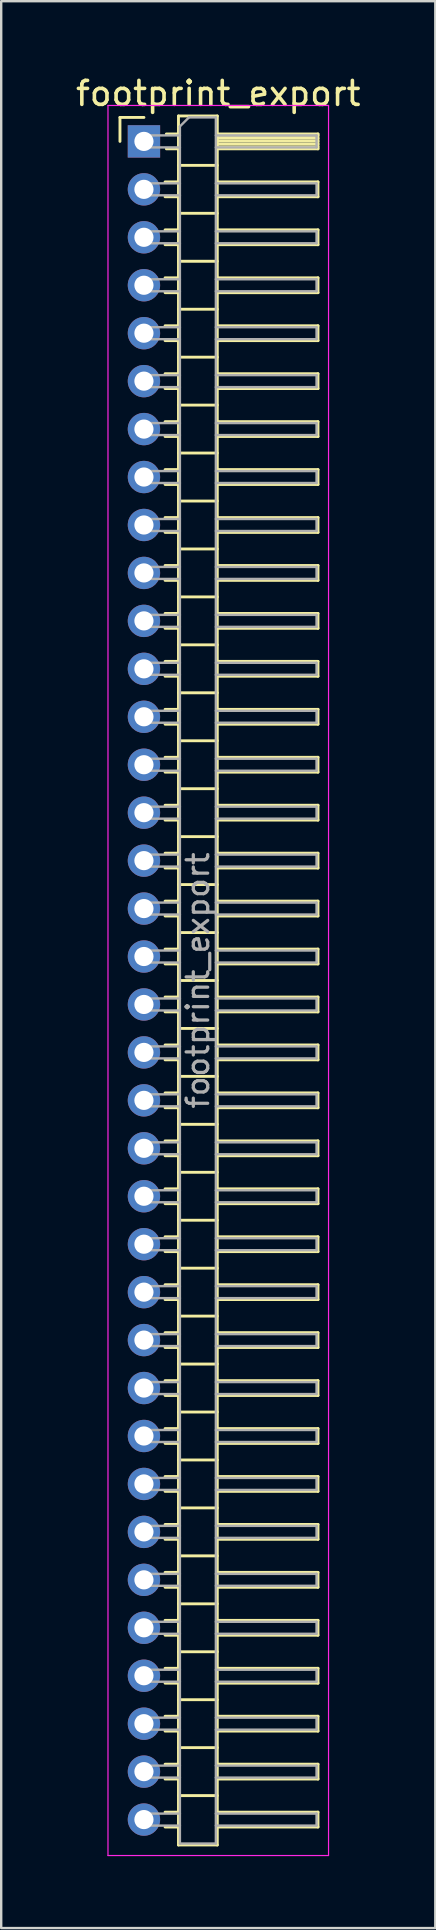
<source format=kicad_pcb>
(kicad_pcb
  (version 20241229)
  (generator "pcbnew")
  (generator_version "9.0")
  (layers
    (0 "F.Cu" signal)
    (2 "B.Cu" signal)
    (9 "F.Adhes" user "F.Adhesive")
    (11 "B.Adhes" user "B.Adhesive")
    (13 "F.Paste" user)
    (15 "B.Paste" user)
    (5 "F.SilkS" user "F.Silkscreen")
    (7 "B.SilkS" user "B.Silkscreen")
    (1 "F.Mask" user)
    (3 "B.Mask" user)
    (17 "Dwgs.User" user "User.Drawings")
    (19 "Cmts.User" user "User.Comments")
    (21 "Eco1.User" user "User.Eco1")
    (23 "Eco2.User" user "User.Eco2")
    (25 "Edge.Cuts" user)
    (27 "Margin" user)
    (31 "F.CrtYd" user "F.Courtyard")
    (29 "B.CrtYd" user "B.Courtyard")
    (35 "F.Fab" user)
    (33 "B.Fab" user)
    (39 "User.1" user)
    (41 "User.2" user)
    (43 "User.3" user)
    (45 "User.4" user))
  (footprint "footprint_export"
    (layer "F.Cu")
    (at 2.954 2.848)
    (property "Reference" "footprint_export" (at 3.1 -2 0) (layer "F.SilkS") (effects (font (size 1 1) (thickness 0.15))))
    (attr through_hole)
    (fp_line (start -1 -1) (end 0 -1) (stroke (width 0.12) (type solid)) (layer "F.SilkS"))
    (fp_line (start -1 0) (end -1 -1) (stroke (width 0.12) (type solid)) (layer "F.SilkS"))
    (fp_line (start 0.882 1.69) (end 1.44 1.69) (stroke (width 0.12) (type solid)) (layer "F.SilkS"))
    (fp_line (start 0.882 2.31) (end 1.44 2.31) (stroke (width 0.12) (type solid)) (layer "F.SilkS"))
    (fp_line (start 0.882 3.69) (end 1.44 3.69) (stroke (width 0.12) (type solid)) (layer "F.SilkS"))
    (fp_line (start 0.882 4.31) (end 1.44 4.31) (stroke (width 0.12) (type solid)) (layer "F.SilkS"))
    (fp_line (start 0.882 5.69) (end 1.44 5.69) (stroke (width 0.12) (type solid)) (layer "F.SilkS"))
    (fp_line (start 0.882 6.31) (end 1.44 6.31) (stroke (width 0.12) (type solid)) (layer "F.SilkS"))
    (fp_line (start 0.882 7.69) (end 1.44 7.69) (stroke (width 0.12) (type solid)) (layer "F.SilkS"))
    (fp_line (start 0.882 8.31) (end 1.44 8.31) (stroke (width 0.12) (type solid)) (layer "F.SilkS"))
    (fp_line (start 0.882 9.69) (end 1.44 9.69) (stroke (width 0.12) (type solid)) (layer "F.SilkS"))
    (fp_line (start 0.882 10.31) (end 1.44 10.31) (stroke (width 0.12) (type solid)) (layer "F.SilkS"))
    (fp_line (start 0.882 11.69) (end 1.44 11.69) (stroke (width 0.12) (type solid)) (layer "F.SilkS"))
    (fp_line (start 0.882 12.31) (end 1.44 12.31) (stroke (width 0.12) (type solid)) (layer "F.SilkS"))
    (fp_line (start 0.882 13.69) (end 1.44 13.69) (stroke (width 0.12) (type solid)) (layer "F.SilkS"))
    (fp_line (start 0.882 14.31) (end 1.44 14.31) (stroke (width 0.12) (type solid)) (layer "F.SilkS"))
    (fp_line (start 0.882 15.69) (end 1.44 15.69) (stroke (width 0.12) (type solid)) (layer "F.SilkS"))
    (fp_line (start 0.882 16.31) (end 1.44 16.31) (stroke (width 0.12) (type solid)) (layer "F.SilkS"))
    (fp_line (start 0.882 17.69) (end 1.44 17.69) (stroke (width 0.12) (type solid)) (layer "F.SilkS"))
    (fp_line (start 0.882 18.31) (end 1.44 18.31) (stroke (width 0.12) (type solid)) (layer "F.SilkS"))
    (fp_line (start 0.882 19.69) (end 1.44 19.69) (stroke (width 0.12) (type solid)) (layer "F.SilkS"))
    (fp_line (start 0.882 20.31) (end 1.44 20.31) (stroke (width 0.12) (type solid)) (layer "F.SilkS"))
    (fp_line (start 0.882 21.69) (end 1.44 21.69) (stroke (width 0.12) (type solid)) (layer "F.SilkS"))
    (fp_line (start 0.882 22.31) (end 1.44 22.31) (stroke (width 0.12) (type solid)) (layer "F.SilkS"))
    (fp_line (start 0.882 23.69) (end 1.44 23.69) (stroke (width 0.12) (type solid)) (layer "F.SilkS"))
    (fp_line (start 0.882 24.31) (end 1.44 24.31) (stroke (width 0.12) (type solid)) (layer "F.SilkS"))
    (fp_line (start 0.882 25.69) (end 1.44 25.69) (stroke (width 0.12) (type solid)) (layer "F.SilkS"))
    (fp_line (start 0.882 26.31) (end 1.44 26.31) (stroke (width 0.12) (type solid)) (layer "F.SilkS"))
    (fp_line (start 0.882 27.69) (end 1.44 27.69) (stroke (width 0.12) (type solid)) (layer "F.SilkS"))
    (fp_line (start 0.882 28.31) (end 1.44 28.31) (stroke (width 0.12) (type solid)) (layer "F.SilkS"))
    (fp_line (start 0.882 29.69) (end 1.44 29.69) (stroke (width 0.12) (type solid)) (layer "F.SilkS"))
    (fp_line (start 0.882 30.31) (end 1.44 30.31) (stroke (width 0.12) (type solid)) (layer "F.SilkS"))
    (fp_line (start 0.882 31.69) (end 1.44 31.69) (stroke (width 0.12) (type solid)) (layer "F.SilkS"))
    (fp_line (start 0.882 32.31) (end 1.44 32.31) (stroke (width 0.12) (type solid)) (layer "F.SilkS"))
    (fp_line (start 0.882 33.69) (end 1.44 33.69) (stroke (width 0.12) (type solid)) (layer "F.SilkS"))
    (fp_line (start 0.882 34.31) (end 1.44 34.31) (stroke (width 0.12) (type solid)) (layer "F.SilkS"))
    (fp_line (start 0.882 35.69) (end 1.44 35.69) (stroke (width 0.12) (type solid)) (layer "F.SilkS"))
    (fp_line (start 0.882 36.31) (end 1.44 36.31) (stroke (width 0.12) (type solid)) (layer "F.SilkS"))
    (fp_line (start 0.882 37.69) (end 1.44 37.69) (stroke (width 0.12) (type solid)) (layer "F.SilkS"))
    (fp_line (start 0.882 38.31) (end 1.44 38.31) (stroke (width 0.12) (type solid)) (layer "F.SilkS"))
    (fp_line (start 0.882 39.69) (end 1.44 39.69) (stroke (width 0.12) (type solid)) (layer "F.SilkS"))
    (fp_line (start 0.882 40.31) (end 1.44 40.31) (stroke (width 0.12) (type solid)) (layer "F.SilkS"))
    (fp_line (start 0.882 41.69) (end 1.44 41.69) (stroke (width 0.12) (type solid)) (layer "F.SilkS"))
    (fp_line (start 0.882 42.31) (end 1.44 42.31) (stroke (width 0.12) (type solid)) (layer "F.SilkS"))
    (fp_line (start 0.882 43.69) (end 1.44 43.69) (stroke (width 0.12) (type solid)) (layer "F.SilkS"))
    (fp_line (start 0.882 44.31) (end 1.44 44.31) (stroke (width 0.12) (type solid)) (layer "F.SilkS"))
    (fp_line (start 0.882 45.69) (end 1.44 45.69) (stroke (width 0.12) (type solid)) (layer "F.SilkS"))
    (fp_line (start 0.882 46.31) (end 1.44 46.31) (stroke (width 0.12) (type solid)) (layer "F.SilkS"))
    (fp_line (start 0.882 47.69) (end 1.44 47.69) (stroke (width 0.12) (type solid)) (layer "F.SilkS"))
    (fp_line (start 0.882 48.31) (end 1.44 48.31) (stroke (width 0.12) (type solid)) (layer "F.SilkS"))
    (fp_line (start 0.882 49.69) (end 1.44 49.69) (stroke (width 0.12) (type solid)) (layer "F.SilkS"))
    (fp_line (start 0.882 50.31) (end 1.44 50.31) (stroke (width 0.12) (type solid)) (layer "F.SilkS"))
    (fp_line (start 0.882 51.69) (end 1.44 51.69) (stroke (width 0.12) (type solid)) (layer "F.SilkS"))
    (fp_line (start 0.882 52.31) (end 1.44 52.31) (stroke (width 0.12) (type solid)) (layer "F.SilkS"))
    (fp_line (start 0.882 53.69) (end 1.44 53.69) (stroke (width 0.12) (type solid)) (layer "F.SilkS"))
    (fp_line (start 0.882 54.31) (end 1.44 54.31) (stroke (width 0.12) (type solid)) (layer "F.SilkS"))
    (fp_line (start 0.882 55.69) (end 1.44 55.69) (stroke (width 0.12) (type solid)) (layer "F.SilkS"))
    (fp_line (start 0.882 56.31) (end 1.44 56.31) (stroke (width 0.12) (type solid)) (layer "F.SilkS"))
    (fp_line (start 0.882 57.69) (end 1.44 57.69) (stroke (width 0.12) (type solid)) (layer "F.SilkS"))
    (fp_line (start 0.882 58.31) (end 1.44 58.31) (stroke (width 0.12) (type solid)) (layer "F.SilkS"))
    (fp_line (start 0.882 59.69) (end 1.44 59.69) (stroke (width 0.12) (type solid)) (layer "F.SilkS"))
    (fp_line (start 0.882 60.31) (end 1.44 60.31) (stroke (width 0.12) (type solid)) (layer "F.SilkS"))
    (fp_line (start 0.882 61.69) (end 1.44 61.69) (stroke (width 0.12) (type solid)) (layer "F.SilkS"))
    (fp_line (start 0.882 62.31) (end 1.44 62.31) (stroke (width 0.12) (type solid)) (layer "F.SilkS"))
    (fp_line (start 0.882 63.69) (end 1.44 63.69) (stroke (width 0.12) (type solid)) (layer "F.SilkS"))
    (fp_line (start 0.882 64.31) (end 1.44 64.31) (stroke (width 0.12) (type solid)) (layer "F.SilkS"))
    (fp_line (start 0.882 65.69) (end 1.44 65.69) (stroke (width 0.12) (type solid)) (layer "F.SilkS"))
    (fp_line (start 0.882 66.31) (end 1.44 66.31) (stroke (width 0.12) (type solid)) (layer "F.SilkS"))
    (fp_line (start 0.882 67.69) (end 1.44 67.69) (stroke (width 0.12) (type solid)) (layer "F.SilkS"))
    (fp_line (start 0.882 68.31) (end 1.44 68.31) (stroke (width 0.12) (type solid)) (layer "F.SilkS"))
    (fp_line (start 0.882 69.69) (end 1.44 69.69) (stroke (width 0.12) (type solid)) (layer "F.SilkS"))
    (fp_line (start 0.882 70.31) (end 1.44 70.31) (stroke (width 0.12) (type solid)) (layer "F.SilkS"))
    (fp_line (start 0.935 -0.31) (end 1.44 -0.31) (stroke (width 0.12) (type solid)) (layer "F.SilkS"))
    (fp_line (start 0.935 0.31) (end 1.44 0.31) (stroke (width 0.12) (type solid)) (layer "F.SilkS"))
    (fp_line (start 1.44 -1.06) (end 1.44 71.06) (stroke (width 0.12) (type solid)) (layer "F.SilkS"))
    (fp_line (start 1.44 1) (end 3.06 1) (stroke (width 0.12) (type solid)) (layer "F.SilkS"))
    (fp_line (start 1.44 3) (end 3.06 3) (stroke (width 0.12) (type solid)) (layer "F.SilkS"))
    (fp_line (start 1.44 5) (end 3.06 5) (stroke (width 0.12) (type solid)) (layer "F.SilkS"))
    (fp_line (start 1.44 7) (end 3.06 7) (stroke (width 0.12) (type solid)) (layer "F.SilkS"))
    (fp_line (start 1.44 9) (end 3.06 9) (stroke (width 0.12) (type solid)) (layer "F.SilkS"))
    (fp_line (start 1.44 11) (end 3.06 11) (stroke (width 0.12) (type solid)) (layer "F.SilkS"))
    (fp_line (start 1.44 13) (end 3.06 13) (stroke (width 0.12) (type solid)) (layer "F.SilkS"))
    (fp_line (start 1.44 15) (end 3.06 15) (stroke (width 0.12) (type solid)) (layer "F.SilkS"))
    (fp_line (start 1.44 17) (end 3.06 17) (stroke (width 0.12) (type solid)) (layer "F.SilkS"))
    (fp_line (start 1.44 19) (end 3.06 19) (stroke (width 0.12) (type solid)) (layer "F.SilkS"))
    (fp_line (start 1.44 21) (end 3.06 21) (stroke (width 0.12) (type solid)) (layer "F.SilkS"))
    (fp_line (start 1.44 23) (end 3.06 23) (stroke (width 0.12) (type solid)) (layer "F.SilkS"))
    (fp_line (start 1.44 25) (end 3.06 25) (stroke (width 0.12) (type solid)) (layer "F.SilkS"))
    (fp_line (start 1.44 27) (end 3.06 27) (stroke (width 0.12) (type solid)) (layer "F.SilkS"))
    (fp_line (start 1.44 29) (end 3.06 29) (stroke (width 0.12) (type solid)) (layer "F.SilkS"))
    (fp_line (start 1.44 31) (end 3.06 31) (stroke (width 0.12) (type solid)) (layer "F.SilkS"))
    (fp_line (start 1.44 33) (end 3.06 33) (stroke (width 0.12) (type solid)) (layer "F.SilkS"))
    (fp_line (start 1.44 35) (end 3.06 35) (stroke (width 0.12) (type solid)) (layer "F.SilkS"))
    (fp_line (start 1.44 37) (end 3.06 37) (stroke (width 0.12) (type solid)) (layer "F.SilkS"))
    (fp_line (start 1.44 39) (end 3.06 39) (stroke (width 0.12) (type solid)) (layer "F.SilkS"))
    (fp_line (start 1.44 41) (end 3.06 41) (stroke (width 0.12) (type solid)) (layer "F.SilkS"))
    (fp_line (start 1.44 43) (end 3.06 43) (stroke (width 0.12) (type solid)) (layer "F.SilkS"))
    (fp_line (start 1.44 45) (end 3.06 45) (stroke (width 0.12) (type solid)) (layer "F.SilkS"))
    (fp_line (start 1.44 47) (end 3.06 47) (stroke (width 0.12) (type solid)) (layer "F.SilkS"))
    (fp_line (start 1.44 49) (end 3.06 49) (stroke (width 0.12) (type solid)) (layer "F.SilkS"))
    (fp_line (start 1.44 51) (end 3.06 51) (stroke (width 0.12) (type solid)) (layer "F.SilkS"))
    (fp_line (start 1.44 53) (end 3.06 53) (stroke (width 0.12) (type solid)) (layer "F.SilkS"))
    (fp_line (start 1.44 55) (end 3.06 55) (stroke (width 0.12) (type solid)) (layer "F.SilkS"))
    (fp_line (start 1.44 57) (end 3.06 57) (stroke (width 0.12) (type solid)) (layer "F.SilkS"))
    (fp_line (start 1.44 59) (end 3.06 59) (stroke (width 0.12) (type solid)) (layer "F.SilkS"))
    (fp_line (start 1.44 61) (end 3.06 61) (stroke (width 0.12) (type solid)) (layer "F.SilkS"))
    (fp_line (start 1.44 63) (end 3.06 63) (stroke (width 0.12) (type solid)) (layer "F.SilkS"))
    (fp_line (start 1.44 65) (end 3.06 65) (stroke (width 0.12) (type solid)) (layer "F.SilkS"))
    (fp_line (start 1.44 67) (end 3.06 67) (stroke (width 0.12) (type solid)) (layer "F.SilkS"))
    (fp_line (start 1.44 69) (end 3.06 69) (stroke (width 0.12) (type solid)) (layer "F.SilkS"))
    (fp_line (start 1.44 71.06) (end 3.06 71.06) (stroke (width 0.12) (type solid)) (layer "F.SilkS"))
    (fp_line (start 3.06 -1.06) (end 1.44 -1.06) (stroke (width 0.12) (type solid)) (layer "F.SilkS"))
    (fp_line (start 3.06 -0.31) (end 7.26 -0.31) (stroke (width 0.12) (type solid)) (layer "F.SilkS"))
    (fp_line (start 3.06 -0.25) (end 7.26 -0.25) (stroke (width 0.12) (type solid)) (layer "F.SilkS"))
    (fp_line (start 3.06 -0.13) (end 7.26 -0.13) (stroke (width 0.12) (type solid)) (layer "F.SilkS"))
    (fp_line (start 3.06 -0.01) (end 7.26 -0.01) (stroke (width 0.12) (type solid)) (layer "F.SilkS"))
    (fp_line (start 3.06 0.11) (end 7.26 0.11) (stroke (width 0.12) (type solid)) (layer "F.SilkS"))
    (fp_line (start 3.06 0.23) (end 7.26 0.23) (stroke (width 0.12) (type solid)) (layer "F.SilkS"))
    (fp_line (start 3.06 1.69) (end 7.26 1.69) (stroke (width 0.12) (type solid)) (layer "F.SilkS"))
    (fp_line (start 3.06 3.69) (end 7.26 3.69) (stroke (width 0.12) (type solid)) (layer "F.SilkS"))
    (fp_line (start 3.06 5.69) (end 7.26 5.69) (stroke (width 0.12) (type solid)) (layer "F.SilkS"))
    (fp_line (start 3.06 7.69) (end 7.26 7.69) (stroke (width 0.12) (type solid)) (layer "F.SilkS"))
    (fp_line (start 3.06 9.69) (end 7.26 9.69) (stroke (width 0.12) (type solid)) (layer "F.SilkS"))
    (fp_line (start 3.06 11.69) (end 7.26 11.69) (stroke (width 0.12) (type solid)) (layer "F.SilkS"))
    (fp_line (start 3.06 13.69) (end 7.26 13.69) (stroke (width 0.12) (type solid)) (layer "F.SilkS"))
    (fp_line (start 3.06 15.69) (end 7.26 15.69) (stroke (width 0.12) (type solid)) (layer "F.SilkS"))
    (fp_line (start 3.06 17.69) (end 7.26 17.69) (stroke (width 0.12) (type solid)) (layer "F.SilkS"))
    (fp_line (start 3.06 19.69) (end 7.26 19.69) (stroke (width 0.12) (type solid)) (layer "F.SilkS"))
    (fp_line (start 3.06 21.69) (end 7.26 21.69) (stroke (width 0.12) (type solid)) (layer "F.SilkS"))
    (fp_line (start 3.06 23.69) (end 7.26 23.69) (stroke (width 0.12) (type solid)) (layer "F.SilkS"))
    (fp_line (start 3.06 25.69) (end 7.26 25.69) (stroke (width 0.12) (type solid)) (layer "F.SilkS"))
    (fp_line (start 3.06 27.69) (end 7.26 27.69) (stroke (width 0.12) (type solid)) (layer "F.SilkS"))
    (fp_line (start 3.06 29.69) (end 7.26 29.69) (stroke (width 0.12) (type solid)) (layer "F.SilkS"))
    (fp_line (start 3.06 31.69) (end 7.26 31.69) (stroke (width 0.12) (type solid)) (layer "F.SilkS"))
    (fp_line (start 3.06 33.69) (end 7.26 33.69) (stroke (width 0.12) (type solid)) (layer "F.SilkS"))
    (fp_line (start 3.06 35.69) (end 7.26 35.69) (stroke (width 0.12) (type solid)) (layer "F.SilkS"))
    (fp_line (start 3.06 37.69) (end 7.26 37.69) (stroke (width 0.12) (type solid)) (layer "F.SilkS"))
    (fp_line (start 3.06 39.69) (end 7.26 39.69) (stroke (width 0.12) (type solid)) (layer "F.SilkS"))
    (fp_line (start 3.06 41.69) (end 7.26 41.69) (stroke (width 0.12) (type solid)) (layer "F.SilkS"))
    (fp_line (start 3.06 43.69) (end 7.26 43.69) (stroke (width 0.12) (type solid)) (layer "F.SilkS"))
    (fp_line (start 3.06 45.69) (end 7.26 45.69) (stroke (width 0.12) (type solid)) (layer "F.SilkS"))
    (fp_line (start 3.06 47.69) (end 7.26 47.69) (stroke (width 0.12) (type solid)) (layer "F.SilkS"))
    (fp_line (start 3.06 49.69) (end 7.26 49.69) (stroke (width 0.12) (type solid)) (layer "F.SilkS"))
    (fp_line (start 3.06 51.69) (end 7.26 51.69) (stroke (width 0.12) (type solid)) (layer "F.SilkS"))
    (fp_line (start 3.06 53.69) (end 7.26 53.69) (stroke (width 0.12) (type solid)) (layer "F.SilkS"))
    (fp_line (start 3.06 55.69) (end 7.26 55.69) (stroke (width 0.12) (type solid)) (layer "F.SilkS"))
    (fp_line (start 3.06 57.69) (end 7.26 57.69) (stroke (width 0.12) (type solid)) (layer "F.SilkS"))
    (fp_line (start 3.06 59.69) (end 7.26 59.69) (stroke (width 0.12) (type solid)) (layer "F.SilkS"))
    (fp_line (start 3.06 61.69) (end 7.26 61.69) (stroke (width 0.12) (type solid)) (layer "F.SilkS"))
    (fp_line (start 3.06 63.69) (end 7.26 63.69) (stroke (width 0.12) (type solid)) (layer "F.SilkS"))
    (fp_line (start 3.06 65.69) (end 7.26 65.69) (stroke (width 0.12) (type solid)) (layer "F.SilkS"))
    (fp_line (start 3.06 67.69) (end 7.26 67.69) (stroke (width 0.12) (type solid)) (layer "F.SilkS"))
    (fp_line (start 3.06 69.69) (end 7.26 69.69) (stroke (width 0.12) (type solid)) (layer "F.SilkS"))
    (fp_line (start 3.06 71.06) (end 3.06 -1.06) (stroke (width 0.12) (type solid)) (layer "F.SilkS"))
    (fp_line (start 7.26 -0.31) (end 7.26 0.31) (stroke (width 0.12) (type solid)) (layer "F.SilkS"))
    (fp_line (start 7.26 0.31) (end 3.06 0.31) (stroke (width 0.12) (type solid)) (layer "F.SilkS"))
    (fp_line (start 7.26 1.69) (end 7.26 2.31) (stroke (width 0.12) (type solid)) (layer "F.SilkS"))
    (fp_line (start 7.26 2.31) (end 3.06 2.31) (stroke (width 0.12) (type solid)) (layer "F.SilkS"))
    (fp_line (start 7.26 3.69) (end 7.26 4.31) (stroke (width 0.12) (type solid)) (layer "F.SilkS"))
    (fp_line (start 7.26 4.31) (end 3.06 4.31) (stroke (width 0.12) (type solid)) (layer "F.SilkS"))
    (fp_line (start 7.26 5.69) (end 7.26 6.31) (stroke (width 0.12) (type solid)) (layer "F.SilkS"))
    (fp_line (start 7.26 6.31) (end 3.06 6.31) (stroke (width 0.12) (type solid)) (layer "F.SilkS"))
    (fp_line (start 7.26 7.69) (end 7.26 8.31) (stroke (width 0.12) (type solid)) (layer "F.SilkS"))
    (fp_line (start 7.26 8.31) (end 3.06 8.31) (stroke (width 0.12) (type solid)) (layer "F.SilkS"))
    (fp_line (start 7.26 9.69) (end 7.26 10.31) (stroke (width 0.12) (type solid)) (layer "F.SilkS"))
    (fp_line (start 7.26 10.31) (end 3.06 10.31) (stroke (width 0.12) (type solid)) (layer "F.SilkS"))
    (fp_line (start 7.26 11.69) (end 7.26 12.31) (stroke (width 0.12) (type solid)) (layer "F.SilkS"))
    (fp_line (start 7.26 12.31) (end 3.06 12.31) (stroke (width 0.12) (type solid)) (layer "F.SilkS"))
    (fp_line (start 7.26 13.69) (end 7.26 14.31) (stroke (width 0.12) (type solid)) (layer "F.SilkS"))
    (fp_line (start 7.26 14.31) (end 3.06 14.31) (stroke (width 0.12) (type solid)) (layer "F.SilkS"))
    (fp_line (start 7.26 15.69) (end 7.26 16.31) (stroke (width 0.12) (type solid)) (layer "F.SilkS"))
    (fp_line (start 7.26 16.31) (end 3.06 16.31) (stroke (width 0.12) (type solid)) (layer "F.SilkS"))
    (fp_line (start 7.26 17.69) (end 7.26 18.31) (stroke (width 0.12) (type solid)) (layer "F.SilkS"))
    (fp_line (start 7.26 18.31) (end 3.06 18.31) (stroke (width 0.12) (type solid)) (layer "F.SilkS"))
    (fp_line (start 7.26 19.69) (end 7.26 20.31) (stroke (width 0.12) (type solid)) (layer "F.SilkS"))
    (fp_line (start 7.26 20.31) (end 3.06 20.31) (stroke (width 0.12) (type solid)) (layer "F.SilkS"))
    (fp_line (start 7.26 21.69) (end 7.26 22.31) (stroke (width 0.12) (type solid)) (layer "F.SilkS"))
    (fp_line (start 7.26 22.31) (end 3.06 22.31) (stroke (width 0.12) (type solid)) (layer "F.SilkS"))
    (fp_line (start 7.26 23.69) (end 7.26 24.31) (stroke (width 0.12) (type solid)) (layer "F.SilkS"))
    (fp_line (start 7.26 24.31) (end 3.06 24.31) (stroke (width 0.12) (type solid)) (layer "F.SilkS"))
    (fp_line (start 7.26 25.69) (end 7.26 26.31) (stroke (width 0.12) (type solid)) (layer "F.SilkS"))
    (fp_line (start 7.26 26.31) (end 3.06 26.31) (stroke (width 0.12) (type solid)) (layer "F.SilkS"))
    (fp_line (start 7.26 27.69) (end 7.26 28.31) (stroke (width 0.12) (type solid)) (layer "F.SilkS"))
    (fp_line (start 7.26 28.31) (end 3.06 28.31) (stroke (width 0.12) (type solid)) (layer "F.SilkS"))
    (fp_line (start 7.26 29.69) (end 7.26 30.31) (stroke (width 0.12) (type solid)) (layer "F.SilkS"))
    (fp_line (start 7.26 30.31) (end 3.06 30.31) (stroke (width 0.12) (type solid)) (layer "F.SilkS"))
    (fp_line (start 7.26 31.69) (end 7.26 32.31) (stroke (width 0.12) (type solid)) (layer "F.SilkS"))
    (fp_line (start 7.26 32.31) (end 3.06 32.31) (stroke (width 0.12) (type solid)) (layer "F.SilkS"))
    (fp_line (start 7.26 33.69) (end 7.26 34.31) (stroke (width 0.12) (type solid)) (layer "F.SilkS"))
    (fp_line (start 7.26 34.31) (end 3.06 34.31) (stroke (width 0.12) (type solid)) (layer "F.SilkS"))
    (fp_line (start 7.26 35.69) (end 7.26 36.31) (stroke (width 0.12) (type solid)) (layer "F.SilkS"))
    (fp_line (start 7.26 36.31) (end 3.06 36.31) (stroke (width 0.12) (type solid)) (layer "F.SilkS"))
    (fp_line (start 7.26 37.69) (end 7.26 38.31) (stroke (width 0.12) (type solid)) (layer "F.SilkS"))
    (fp_line (start 7.26 38.31) (end 3.06 38.31) (stroke (width 0.12) (type solid)) (layer "F.SilkS"))
    (fp_line (start 7.26 39.69) (end 7.26 40.31) (stroke (width 0.12) (type solid)) (layer "F.SilkS"))
    (fp_line (start 7.26 40.31) (end 3.06 40.31) (stroke (width 0.12) (type solid)) (layer "F.SilkS"))
    (fp_line (start 7.26 41.69) (end 7.26 42.31) (stroke (width 0.12) (type solid)) (layer "F.SilkS"))
    (fp_line (start 7.26 42.31) (end 3.06 42.31) (stroke (width 0.12) (type solid)) (layer "F.SilkS"))
    (fp_line (start 7.26 43.69) (end 7.26 44.31) (stroke (width 0.12) (type solid)) (layer "F.SilkS"))
    (fp_line (start 7.26 44.31) (end 3.06 44.31) (stroke (width 0.12) (type solid)) (layer "F.SilkS"))
    (fp_line (start 7.26 45.69) (end 7.26 46.31) (stroke (width 0.12) (type solid)) (layer "F.SilkS"))
    (fp_line (start 7.26 46.31) (end 3.06 46.31) (stroke (width 0.12) (type solid)) (layer "F.SilkS"))
    (fp_line (start 7.26 47.69) (end 7.26 48.31) (stroke (width 0.12) (type solid)) (layer "F.SilkS"))
    (fp_line (start 7.26 48.31) (end 3.06 48.31) (stroke (width 0.12) (type solid)) (layer "F.SilkS"))
    (fp_line (start 7.26 49.69) (end 7.26 50.31) (stroke (width 0.12) (type solid)) (layer "F.SilkS"))
    (fp_line (start 7.26 50.31) (end 3.06 50.31) (stroke (width 0.12) (type solid)) (layer "F.SilkS"))
    (fp_line (start 7.26 51.69) (end 7.26 52.31) (stroke (width 0.12) (type solid)) (layer "F.SilkS"))
    (fp_line (start 7.26 52.31) (end 3.06 52.31) (stroke (width 0.12) (type solid)) (layer "F.SilkS"))
    (fp_line (start 7.26 53.69) (end 7.26 54.31) (stroke (width 0.12) (type solid)) (layer "F.SilkS"))
    (fp_line (start 7.26 54.31) (end 3.06 54.31) (stroke (width 0.12) (type solid)) (layer "F.SilkS"))
    (fp_line (start 7.26 55.69) (end 7.26 56.31) (stroke (width 0.12) (type solid)) (layer "F.SilkS"))
    (fp_line (start 7.26 56.31) (end 3.06 56.31) (stroke (width 0.12) (type solid)) (layer "F.SilkS"))
    (fp_line (start 7.26 57.69) (end 7.26 58.31) (stroke (width 0.12) (type solid)) (layer "F.SilkS"))
    (fp_line (start 7.26 58.31) (end 3.06 58.31) (stroke (width 0.12) (type solid)) (layer "F.SilkS"))
    (fp_line (start 7.26 59.69) (end 7.26 60.31) (stroke (width 0.12) (type solid)) (layer "F.SilkS"))
    (fp_line (start 7.26 60.31) (end 3.06 60.31) (stroke (width 0.12) (type solid)) (layer "F.SilkS"))
    (fp_line (start 7.26 61.69) (end 7.26 62.31) (stroke (width 0.12) (type solid)) (layer "F.SilkS"))
    (fp_line (start 7.26 62.31) (end 3.06 62.31) (stroke (width 0.12) (type solid)) (layer "F.SilkS"))
    (fp_line (start 7.26 63.69) (end 7.26 64.31) (stroke (width 0.12) (type solid)) (layer "F.SilkS"))
    (fp_line (start 7.26 64.31) (end 3.06 64.31) (stroke (width 0.12) (type solid)) (layer "F.SilkS"))
    (fp_line (start 7.26 65.69) (end 7.26 66.31) (stroke (width 0.12) (type solid)) (layer "F.SilkS"))
    (fp_line (start 7.26 66.31) (end 3.06 66.31) (stroke (width 0.12) (type solid)) (layer "F.SilkS"))
    (fp_line (start 7.26 67.69) (end 7.26 68.31) (stroke (width 0.12) (type solid)) (layer "F.SilkS"))
    (fp_line (start 7.26 68.31) (end 3.06 68.31) (stroke (width 0.12) (type solid)) (layer "F.SilkS"))
    (fp_line (start 7.26 69.69) (end 7.26 70.31) (stroke (width 0.12) (type solid)) (layer "F.SilkS"))
    (fp_line (start 7.26 70.31) (end 3.06 70.31) (stroke (width 0.12) (type solid)) (layer "F.SilkS"))
    (fp_line (start -1.5 -1.5) (end -1.5 71.5) (stroke (width 0.05) (type solid)) (layer "F.CrtYd"))
    (fp_line (start -1.5 71.5) (end 7.7 71.5) (stroke (width 0.05) (type solid)) (layer "F.CrtYd"))
    (fp_line (start 7.7 -1.5) (end -1.5 -1.5) (stroke (width 0.05) (type solid)) (layer "F.CrtYd"))
    (fp_line (start 7.7 71.5) (end 7.7 -1.5) (stroke (width 0.05) (type solid)) (layer "F.CrtYd"))
    (fp_line (start -0.25 -0.25) (end -0.25 0.25) (stroke (width 0.1) (type solid)) (layer "F.Fab"))
    (fp_line (start -0.25 -0.25) (end 1.5 -0.25) (stroke (width 0.1) (type solid)) (layer "F.Fab"))
    (fp_line (start -0.25 0.25) (end 1.5 0.25) (stroke (width 0.1) (type solid)) (layer "F.Fab"))
    (fp_line (start -0.25 1.75) (end -0.25 2.25) (stroke (width 0.1) (type solid)) (layer "F.Fab"))
    (fp_line (start -0.25 1.75) (end 1.5 1.75) (stroke (width 0.1) (type solid)) (layer "F.Fab"))
    (fp_line (start -0.25 2.25) (end 1.5 2.25) (stroke (width 0.1) (type solid)) (layer "F.Fab"))
    (fp_line (start -0.25 3.75) (end -0.25 4.25) (stroke (width 0.1) (type solid)) (layer "F.Fab"))
    (fp_line (start -0.25 3.75) (end 1.5 3.75) (stroke (width 0.1) (type solid)) (layer "F.Fab"))
    (fp_line (start -0.25 4.25) (end 1.5 4.25) (stroke (width 0.1) (type solid)) (layer "F.Fab"))
    (fp_line (start -0.25 5.75) (end -0.25 6.25) (stroke (width 0.1) (type solid)) (layer "F.Fab"))
    (fp_line (start -0.25 5.75) (end 1.5 5.75) (stroke (width 0.1) (type solid)) (layer "F.Fab"))
    (fp_line (start -0.25 6.25) (end 1.5 6.25) (stroke (width 0.1) (type solid)) (layer "F.Fab"))
    (fp_line (start -0.25 7.75) (end -0.25 8.25) (stroke (width 0.1) (type solid)) (layer "F.Fab"))
    (fp_line (start -0.25 7.75) (end 1.5 7.75) (stroke (width 0.1) (type solid)) (layer "F.Fab"))
    (fp_line (start -0.25 8.25) (end 1.5 8.25) (stroke (width 0.1) (type solid)) (layer "F.Fab"))
    (fp_line (start -0.25 9.75) (end -0.25 10.25) (stroke (width 0.1) (type solid)) (layer "F.Fab"))
    (fp_line (start -0.25 9.75) (end 1.5 9.75) (stroke (width 0.1) (type solid)) (layer "F.Fab"))
    (fp_line (start -0.25 10.25) (end 1.5 10.25) (stroke (width 0.1) (type solid)) (layer "F.Fab"))
    (fp_line (start -0.25 11.75) (end -0.25 12.25) (stroke (width 0.1) (type solid)) (layer "F.Fab"))
    (fp_line (start -0.25 11.75) (end 1.5 11.75) (stroke (width 0.1) (type solid)) (layer "F.Fab"))
    (fp_line (start -0.25 12.25) (end 1.5 12.25) (stroke (width 0.1) (type solid)) (layer "F.Fab"))
    (fp_line (start -0.25 13.75) (end -0.25 14.25) (stroke (width 0.1) (type solid)) (layer "F.Fab"))
    (fp_line (start -0.25 13.75) (end 1.5 13.75) (stroke (width 0.1) (type solid)) (layer "F.Fab"))
    (fp_line (start -0.25 14.25) (end 1.5 14.25) (stroke (width 0.1) (type solid)) (layer "F.Fab"))
    (fp_line (start -0.25 15.75) (end -0.25 16.25) (stroke (width 0.1) (type solid)) (layer "F.Fab"))
    (fp_line (start -0.25 15.75) (end 1.5 15.75) (stroke (width 0.1) (type solid)) (layer "F.Fab"))
    (fp_line (start -0.25 16.25) (end 1.5 16.25) (stroke (width 0.1) (type solid)) (layer "F.Fab"))
    (fp_line (start -0.25 17.75) (end -0.25 18.25) (stroke (width 0.1) (type solid)) (layer "F.Fab"))
    (fp_line (start -0.25 17.75) (end 1.5 17.75) (stroke (width 0.1) (type solid)) (layer "F.Fab"))
    (fp_line (start -0.25 18.25) (end 1.5 18.25) (stroke (width 0.1) (type solid)) (layer "F.Fab"))
    (fp_line (start -0.25 19.75) (end -0.25 20.25) (stroke (width 0.1) (type solid)) (layer "F.Fab"))
    (fp_line (start -0.25 19.75) (end 1.5 19.75) (stroke (width 0.1) (type solid)) (layer "F.Fab"))
    (fp_line (start -0.25 20.25) (end 1.5 20.25) (stroke (width 0.1) (type solid)) (layer "F.Fab"))
    (fp_line (start -0.25 21.75) (end -0.25 22.25) (stroke (width 0.1) (type solid)) (layer "F.Fab"))
    (fp_line (start -0.25 21.75) (end 1.5 21.75) (stroke (width 0.1) (type solid)) (layer "F.Fab"))
    (fp_line (start -0.25 22.25) (end 1.5 22.25) (stroke (width 0.1) (type solid)) (layer "F.Fab"))
    (fp_line (start -0.25 23.75) (end -0.25 24.25) (stroke (width 0.1) (type solid)) (layer "F.Fab"))
    (fp_line (start -0.25 23.75) (end 1.5 23.75) (stroke (width 0.1) (type solid)) (layer "F.Fab"))
    (fp_line (start -0.25 24.25) (end 1.5 24.25) (stroke (width 0.1) (type solid)) (layer "F.Fab"))
    (fp_line (start -0.25 25.75) (end -0.25 26.25) (stroke (width 0.1) (type solid)) (layer "F.Fab"))
    (fp_line (start -0.25 25.75) (end 1.5 25.75) (stroke (width 0.1) (type solid)) (layer "F.Fab"))
    (fp_line (start -0.25 26.25) (end 1.5 26.25) (stroke (width 0.1) (type solid)) (layer "F.Fab"))
    (fp_line (start -0.25 27.75) (end -0.25 28.25) (stroke (width 0.1) (type solid)) (layer "F.Fab"))
    (fp_line (start -0.25 27.75) (end 1.5 27.75) (stroke (width 0.1) (type solid)) (layer "F.Fab"))
    (fp_line (start -0.25 28.25) (end 1.5 28.25) (stroke (width 0.1) (type solid)) (layer "F.Fab"))
    (fp_line (start -0.25 29.75) (end -0.25 30.25) (stroke (width 0.1) (type solid)) (layer "F.Fab"))
    (fp_line (start -0.25 29.75) (end 1.5 29.75) (stroke (width 0.1) (type solid)) (layer "F.Fab"))
    (fp_line (start -0.25 30.25) (end 1.5 30.25) (stroke (width 0.1) (type solid)) (layer "F.Fab"))
    (fp_line (start -0.25 31.75) (end -0.25 32.25) (stroke (width 0.1) (type solid)) (layer "F.Fab"))
    (fp_line (start -0.25 31.75) (end 1.5 31.75) (stroke (width 0.1) (type solid)) (layer "F.Fab"))
    (fp_line (start -0.25 32.25) (end 1.5 32.25) (stroke (width 0.1) (type solid)) (layer "F.Fab"))
    (fp_line (start -0.25 33.75) (end -0.25 34.25) (stroke (width 0.1) (type solid)) (layer "F.Fab"))
    (fp_line (start -0.25 33.75) (end 1.5 33.75) (stroke (width 0.1) (type solid)) (layer "F.Fab"))
    (fp_line (start -0.25 34.25) (end 1.5 34.25) (stroke (width 0.1) (type solid)) (layer "F.Fab"))
    (fp_line (start -0.25 35.75) (end -0.25 36.25) (stroke (width 0.1) (type solid)) (layer "F.Fab"))
    (fp_line (start -0.25 35.75) (end 1.5 35.75) (stroke (width 0.1) (type solid)) (layer "F.Fab"))
    (fp_line (start -0.25 36.25) (end 1.5 36.25) (stroke (width 0.1) (type solid)) (layer "F.Fab"))
    (fp_line (start -0.25 37.75) (end -0.25 38.25) (stroke (width 0.1) (type solid)) (layer "F.Fab"))
    (fp_line (start -0.25 37.75) (end 1.5 37.75) (stroke (width 0.1) (type solid)) (layer "F.Fab"))
    (fp_line (start -0.25 38.25) (end 1.5 38.25) (stroke (width 0.1) (type solid)) (layer "F.Fab"))
    (fp_line (start -0.25 39.75) (end -0.25 40.25) (stroke (width 0.1) (type solid)) (layer "F.Fab"))
    (fp_line (start -0.25 39.75) (end 1.5 39.75) (stroke (width 0.1) (type solid)) (layer "F.Fab"))
    (fp_line (start -0.25 40.25) (end 1.5 40.25) (stroke (width 0.1) (type solid)) (layer "F.Fab"))
    (fp_line (start -0.25 41.75) (end -0.25 42.25) (stroke (width 0.1) (type solid)) (layer "F.Fab"))
    (fp_line (start -0.25 41.75) (end 1.5 41.75) (stroke (width 0.1) (type solid)) (layer "F.Fab"))
    (fp_line (start -0.25 42.25) (end 1.5 42.25) (stroke (width 0.1) (type solid)) (layer "F.Fab"))
    (fp_line (start -0.25 43.75) (end -0.25 44.25) (stroke (width 0.1) (type solid)) (layer "F.Fab"))
    (fp_line (start -0.25 43.75) (end 1.5 43.75) (stroke (width 0.1) (type solid)) (layer "F.Fab"))
    (fp_line (start -0.25 44.25) (end 1.5 44.25) (stroke (width 0.1) (type solid)) (layer "F.Fab"))
    (fp_line (start -0.25 45.75) (end -0.25 46.25) (stroke (width 0.1) (type solid)) (layer "F.Fab"))
    (fp_line (start -0.25 45.75) (end 1.5 45.75) (stroke (width 0.1) (type solid)) (layer "F.Fab"))
    (fp_line (start -0.25 46.25) (end 1.5 46.25) (stroke (width 0.1) (type solid)) (layer "F.Fab"))
    (fp_line (start -0.25 47.75) (end -0.25 48.25) (stroke (width 0.1) (type solid)) (layer "F.Fab"))
    (fp_line (start -0.25 47.75) (end 1.5 47.75) (stroke (width 0.1) (type solid)) (layer "F.Fab"))
    (fp_line (start -0.25 48.25) (end 1.5 48.25) (stroke (width 0.1) (type solid)) (layer "F.Fab"))
    (fp_line (start -0.25 49.75) (end -0.25 50.25) (stroke (width 0.1) (type solid)) (layer "F.Fab"))
    (fp_line (start -0.25 49.75) (end 1.5 49.75) (stroke (width 0.1) (type solid)) (layer "F.Fab"))
    (fp_line (start -0.25 50.25) (end 1.5 50.25) (stroke (width 0.1) (type solid)) (layer "F.Fab"))
    (fp_line (start -0.25 51.75) (end -0.25 52.25) (stroke (width 0.1) (type solid)) (layer "F.Fab"))
    (fp_line (start -0.25 51.75) (end 1.5 51.75) (stroke (width 0.1) (type solid)) (layer "F.Fab"))
    (fp_line (start -0.25 52.25) (end 1.5 52.25) (stroke (width 0.1) (type solid)) (layer "F.Fab"))
    (fp_line (start -0.25 53.75) (end -0.25 54.25) (stroke (width 0.1) (type solid)) (layer "F.Fab"))
    (fp_line (start -0.25 53.75) (end 1.5 53.75) (stroke (width 0.1) (type solid)) (layer "F.Fab"))
    (fp_line (start -0.25 54.25) (end 1.5 54.25) (stroke (width 0.1) (type solid)) (layer "F.Fab"))
    (fp_line (start -0.25 55.75) (end -0.25 56.25) (stroke (width 0.1) (type solid)) (layer "F.Fab"))
    (fp_line (start -0.25 55.75) (end 1.5 55.75) (stroke (width 0.1) (type solid)) (layer "F.Fab"))
    (fp_line (start -0.25 56.25) (end 1.5 56.25) (stroke (width 0.1) (type solid)) (layer "F.Fab"))
    (fp_line (start -0.25 57.75) (end -0.25 58.25) (stroke (width 0.1) (type solid)) (layer "F.Fab"))
    (fp_line (start -0.25 57.75) (end 1.5 57.75) (stroke (width 0.1) (type solid)) (layer "F.Fab"))
    (fp_line (start -0.25 58.25) (end 1.5 58.25) (stroke (width 0.1) (type solid)) (layer "F.Fab"))
    (fp_line (start -0.25 59.75) (end -0.25 60.25) (stroke (width 0.1) (type solid)) (layer "F.Fab"))
    (fp_line (start -0.25 59.75) (end 1.5 59.75) (stroke (width 0.1) (type solid)) (layer "F.Fab"))
    (fp_line (start -0.25 60.25) (end 1.5 60.25) (stroke (width 0.1) (type solid)) (layer "F.Fab"))
    (fp_line (start -0.25 61.75) (end -0.25 62.25) (stroke (width 0.1) (type solid)) (layer "F.Fab"))
    (fp_line (start -0.25 61.75) (end 1.5 61.75) (stroke (width 0.1) (type solid)) (layer "F.Fab"))
    (fp_line (start -0.25 62.25) (end 1.5 62.25) (stroke (width 0.1) (type solid)) (layer "F.Fab"))
    (fp_line (start -0.25 63.75) (end -0.25 64.25) (stroke (width 0.1) (type solid)) (layer "F.Fab"))
    (fp_line (start -0.25 63.75) (end 1.5 63.75) (stroke (width 0.1) (type solid)) (layer "F.Fab"))
    (fp_line (start -0.25 64.25) (end 1.5 64.25) (stroke (width 0.1) (type solid)) (layer "F.Fab"))
    (fp_line (start -0.25 65.75) (end -0.25 66.25) (stroke (width 0.1) (type solid)) (layer "F.Fab"))
    (fp_line (start -0.25 65.75) (end 1.5 65.75) (stroke (width 0.1) (type solid)) (layer "F.Fab"))
    (fp_line (start -0.25 66.25) (end 1.5 66.25) (stroke (width 0.1) (type solid)) (layer "F.Fab"))
    (fp_line (start -0.25 67.75) (end -0.25 68.25) (stroke (width 0.1) (type solid)) (layer "F.Fab"))
    (fp_line (start -0.25 67.75) (end 1.5 67.75) (stroke (width 0.1) (type solid)) (layer "F.Fab"))
    (fp_line (start -0.25 68.25) (end 1.5 68.25) (stroke (width 0.1) (type solid)) (layer "F.Fab"))
    (fp_line (start -0.25 69.75) (end -0.25 70.25) (stroke (width 0.1) (type solid)) (layer "F.Fab"))
    (fp_line (start -0.25 69.75) (end 1.5 69.75) (stroke (width 0.1) (type solid)) (layer "F.Fab"))
    (fp_line (start -0.25 70.25) (end 1.5 70.25) (stroke (width 0.1) (type solid)) (layer "F.Fab"))
    (fp_line (start 1.5 -0.625) (end 1.875 -1) (stroke (width 0.1) (type solid)) (layer "F.Fab"))
    (fp_line (start 1.5 71) (end 1.5 -0.625) (stroke (width 0.1) (type solid)) (layer "F.Fab"))
    (fp_line (start 1.875 -1) (end 3 -1) (stroke (width 0.1) (type solid)) (layer "F.Fab"))
    (fp_line (start 3 -1) (end 3 71) (stroke (width 0.1) (type solid)) (layer "F.Fab"))
    (fp_line (start 3 -0.25) (end 7.2 -0.25) (stroke (width 0.1) (type solid)) (layer "F.Fab"))
    (fp_line (start 3 0.25) (end 7.2 0.25) (stroke (width 0.1) (type solid)) (layer "F.Fab"))
    (fp_line (start 3 1.75) (end 7.2 1.75) (stroke (width 0.1) (type solid)) (layer "F.Fab"))
    (fp_line (start 3 2.25) (end 7.2 2.25) (stroke (width 0.1) (type solid)) (layer "F.Fab"))
    (fp_line (start 3 3.75) (end 7.2 3.75) (stroke (width 0.1) (type solid)) (layer "F.Fab"))
    (fp_line (start 3 4.25) (end 7.2 4.25) (stroke (width 0.1) (type solid)) (layer "F.Fab"))
    (fp_line (start 3 5.75) (end 7.2 5.75) (stroke (width 0.1) (type solid)) (layer "F.Fab"))
    (fp_line (start 3 6.25) (end 7.2 6.25) (stroke (width 0.1) (type solid)) (layer "F.Fab"))
    (fp_line (start 3 7.75) (end 7.2 7.75) (stroke (width 0.1) (type solid)) (layer "F.Fab"))
    (fp_line (start 3 8.25) (end 7.2 8.25) (stroke (width 0.1) (type solid)) (layer "F.Fab"))
    (fp_line (start 3 9.75) (end 7.2 9.75) (stroke (width 0.1) (type solid)) (layer "F.Fab"))
    (fp_line (start 3 10.25) (end 7.2 10.25) (stroke (width 0.1) (type solid)) (layer "F.Fab"))
    (fp_line (start 3 11.75) (end 7.2 11.75) (stroke (width 0.1) (type solid)) (layer "F.Fab"))
    (fp_line (start 3 12.25) (end 7.2 12.25) (stroke (width 0.1) (type solid)) (layer "F.Fab"))
    (fp_line (start 3 13.75) (end 7.2 13.75) (stroke (width 0.1) (type solid)) (layer "F.Fab"))
    (fp_line (start 3 14.25) (end 7.2 14.25) (stroke (width 0.1) (type solid)) (layer "F.Fab"))
    (fp_line (start 3 15.75) (end 7.2 15.75) (stroke (width 0.1) (type solid)) (layer "F.Fab"))
    (fp_line (start 3 16.25) (end 7.2 16.25) (stroke (width 0.1) (type solid)) (layer "F.Fab"))
    (fp_line (start 3 17.75) (end 7.2 17.75) (stroke (width 0.1) (type solid)) (layer "F.Fab"))
    (fp_line (start 3 18.25) (end 7.2 18.25) (stroke (width 0.1) (type solid)) (layer "F.Fab"))
    (fp_line (start 3 19.75) (end 7.2 19.75) (stroke (width 0.1) (type solid)) (layer "F.Fab"))
    (fp_line (start 3 20.25) (end 7.2 20.25) (stroke (width 0.1) (type solid)) (layer "F.Fab"))
    (fp_line (start 3 21.75) (end 7.2 21.75) (stroke (width 0.1) (type solid)) (layer "F.Fab"))
    (fp_line (start 3 22.25) (end 7.2 22.25) (stroke (width 0.1) (type solid)) (layer "F.Fab"))
    (fp_line (start 3 23.75) (end 7.2 23.75) (stroke (width 0.1) (type solid)) (layer "F.Fab"))
    (fp_line (start 3 24.25) (end 7.2 24.25) (stroke (width 0.1) (type solid)) (layer "F.Fab"))
    (fp_line (start 3 25.75) (end 7.2 25.75) (stroke (width 0.1) (type solid)) (layer "F.Fab"))
    (fp_line (start 3 26.25) (end 7.2 26.25) (stroke (width 0.1) (type solid)) (layer "F.Fab"))
    (fp_line (start 3 27.75) (end 7.2 27.75) (stroke (width 0.1) (type solid)) (layer "F.Fab"))
    (fp_line (start 3 28.25) (end 7.2 28.25) (stroke (width 0.1) (type solid)) (layer "F.Fab"))
    (fp_line (start 3 29.75) (end 7.2 29.75) (stroke (width 0.1) (type solid)) (layer "F.Fab"))
    (fp_line (start 3 30.25) (end 7.2 30.25) (stroke (width 0.1) (type solid)) (layer "F.Fab"))
    (fp_line (start 3 31.75) (end 7.2 31.75) (stroke (width 0.1) (type solid)) (layer "F.Fab"))
    (fp_line (start 3 32.25) (end 7.2 32.25) (stroke (width 0.1) (type solid)) (layer "F.Fab"))
    (fp_line (start 3 33.75) (end 7.2 33.75) (stroke (width 0.1) (type solid)) (layer "F.Fab"))
    (fp_line (start 3 34.25) (end 7.2 34.25) (stroke (width 0.1) (type solid)) (layer "F.Fab"))
    (fp_line (start 3 35.75) (end 7.2 35.75) (stroke (width 0.1) (type solid)) (layer "F.Fab"))
    (fp_line (start 3 36.25) (end 7.2 36.25) (stroke (width 0.1) (type solid)) (layer "F.Fab"))
    (fp_line (start 3 37.75) (end 7.2 37.75) (stroke (width 0.1) (type solid)) (layer "F.Fab"))
    (fp_line (start 3 38.25) (end 7.2 38.25) (stroke (width 0.1) (type solid)) (layer "F.Fab"))
    (fp_line (start 3 39.75) (end 7.2 39.75) (stroke (width 0.1) (type solid)) (layer "F.Fab"))
    (fp_line (start 3 40.25) (end 7.2 40.25) (stroke (width 0.1) (type solid)) (layer "F.Fab"))
    (fp_line (start 3 41.75) (end 7.2 41.75) (stroke (width 0.1) (type solid)) (layer "F.Fab"))
    (fp_line (start 3 42.25) (end 7.2 42.25) (stroke (width 0.1) (type solid)) (layer "F.Fab"))
    (fp_line (start 3 43.75) (end 7.2 43.75) (stroke (width 0.1) (type solid)) (layer "F.Fab"))
    (fp_line (start 3 44.25) (end 7.2 44.25) (stroke (width 0.1) (type solid)) (layer "F.Fab"))
    (fp_line (start 3 45.75) (end 7.2 45.75) (stroke (width 0.1) (type solid)) (layer "F.Fab"))
    (fp_line (start 3 46.25) (end 7.2 46.25) (stroke (width 0.1) (type solid)) (layer "F.Fab"))
    (fp_line (start 3 47.75) (end 7.2 47.75) (stroke (width 0.1) (type solid)) (layer "F.Fab"))
    (fp_line (start 3 48.25) (end 7.2 48.25) (stroke (width 0.1) (type solid)) (layer "F.Fab"))
    (fp_line (start 3 49.75) (end 7.2 49.75) (stroke (width 0.1) (type solid)) (layer "F.Fab"))
    (fp_line (start 3 50.25) (end 7.2 50.25) (stroke (width 0.1) (type solid)) (layer "F.Fab"))
    (fp_line (start 3 51.75) (end 7.2 51.75) (stroke (width 0.1) (type solid)) (layer "F.Fab"))
    (fp_line (start 3 52.25) (end 7.2 52.25) (stroke (width 0.1) (type solid)) (layer "F.Fab"))
    (fp_line (start 3 53.75) (end 7.2 53.75) (stroke (width 0.1) (type solid)) (layer "F.Fab"))
    (fp_line (start 3 54.25) (end 7.2 54.25) (stroke (width 0.1) (type solid)) (layer "F.Fab"))
    (fp_line (start 3 55.75) (end 7.2 55.75) (stroke (width 0.1) (type solid)) (layer "F.Fab"))
    (fp_line (start 3 56.25) (end 7.2 56.25) (stroke (width 0.1) (type solid)) (layer "F.Fab"))
    (fp_line (start 3 57.75) (end 7.2 57.75) (stroke (width 0.1) (type solid)) (layer "F.Fab"))
    (fp_line (start 3 58.25) (end 7.2 58.25) (stroke (width 0.1) (type solid)) (layer "F.Fab"))
    (fp_line (start 3 59.75) (end 7.2 59.75) (stroke (width 0.1) (type solid)) (layer "F.Fab"))
    (fp_line (start 3 60.25) (end 7.2 60.25) (stroke (width 0.1) (type solid)) (layer "F.Fab"))
    (fp_line (start 3 61.75) (end 7.2 61.75) (stroke (width 0.1) (type solid)) (layer "F.Fab"))
    (fp_line (start 3 62.25) (end 7.2 62.25) (stroke (width 0.1) (type solid)) (layer "F.Fab"))
    (fp_line (start 3 63.75) (end 7.2 63.75) (stroke (width 0.1) (type solid)) (layer "F.Fab"))
    (fp_line (start 3 64.25) (end 7.2 64.25) (stroke (width 0.1) (type solid)) (layer "F.Fab"))
    (fp_line (start 3 65.75) (end 7.2 65.75) (stroke (width 0.1) (type solid)) (layer "F.Fab"))
    (fp_line (start 3 66.25) (end 7.2 66.25) (stroke (width 0.1) (type solid)) (layer "F.Fab"))
    (fp_line (start 3 67.75) (end 7.2 67.75) (stroke (width 0.1) (type solid)) (layer "F.Fab"))
    (fp_line (start 3 68.25) (end 7.2 68.25) (stroke (width 0.1) (type solid)) (layer "F.Fab"))
    (fp_line (start 3 69.75) (end 7.2 69.75) (stroke (width 0.1) (type solid)) (layer "F.Fab"))
    (fp_line (start 3 70.25) (end 7.2 70.25) (stroke (width 0.1) (type solid)) (layer "F.Fab"))
    (fp_line (start 3 71) (end 1.5 71) (stroke (width 0.1) (type solid)) (layer "F.Fab"))
    (fp_line (start 7.2 -0.25) (end 7.2 0.25) (stroke (width 0.1) (type solid)) (layer "F.Fab"))
    (fp_line (start 7.2 1.75) (end 7.2 2.25) (stroke (width 0.1) (type solid)) (layer "F.Fab"))
    (fp_line (start 7.2 3.75) (end 7.2 4.25) (stroke (width 0.1) (type solid)) (layer "F.Fab"))
    (fp_line (start 7.2 5.75) (end 7.2 6.25) (stroke (width 0.1) (type solid)) (layer "F.Fab"))
    (fp_line (start 7.2 7.75) (end 7.2 8.25) (stroke (width 0.1) (type solid)) (layer "F.Fab"))
    (fp_line (start 7.2 9.75) (end 7.2 10.25) (stroke (width 0.1) (type solid)) (layer "F.Fab"))
    (fp_line (start 7.2 11.75) (end 7.2 12.25) (stroke (width 0.1) (type solid)) (layer "F.Fab"))
    (fp_line (start 7.2 13.75) (end 7.2 14.25) (stroke (width 0.1) (type solid)) (layer "F.Fab"))
    (fp_line (start 7.2 15.75) (end 7.2 16.25) (stroke (width 0.1) (type solid)) (layer "F.Fab"))
    (fp_line (start 7.2 17.75) (end 7.2 18.25) (stroke (width 0.1) (type solid)) (layer "F.Fab"))
    (fp_line (start 7.2 19.75) (end 7.2 20.25) (stroke (width 0.1) (type solid)) (layer "F.Fab"))
    (fp_line (start 7.2 21.75) (end 7.2 22.25) (stroke (width 0.1) (type solid)) (layer "F.Fab"))
    (fp_line (start 7.2 23.75) (end 7.2 24.25) (stroke (width 0.1) (type solid)) (layer "F.Fab"))
    (fp_line (start 7.2 25.75) (end 7.2 26.25) (stroke (width 0.1) (type solid)) (layer "F.Fab"))
    (fp_line (start 7.2 27.75) (end 7.2 28.25) (stroke (width 0.1) (type solid)) (layer "F.Fab"))
    (fp_line (start 7.2 29.75) (end 7.2 30.25) (stroke (width 0.1) (type solid)) (layer "F.Fab"))
    (fp_line (start 7.2 31.75) (end 7.2 32.25) (stroke (width 0.1) (type solid)) (layer "F.Fab"))
    (fp_line (start 7.2 33.75) (end 7.2 34.25) (stroke (width 0.1) (type solid)) (layer "F.Fab"))
    (fp_line (start 7.2 35.75) (end 7.2 36.25) (stroke (width 0.1) (type solid)) (layer "F.Fab"))
    (fp_line (start 7.2 37.75) (end 7.2 38.25) (stroke (width 0.1) (type solid)) (layer "F.Fab"))
    (fp_line (start 7.2 39.75) (end 7.2 40.25) (stroke (width 0.1) (type solid)) (layer "F.Fab"))
    (fp_line (start 7.2 41.75) (end 7.2 42.25) (stroke (width 0.1) (type solid)) (layer "F.Fab"))
    (fp_line (start 7.2 43.75) (end 7.2 44.25) (stroke (width 0.1) (type solid)) (layer "F.Fab"))
    (fp_line (start 7.2 45.75) (end 7.2 46.25) (stroke (width 0.1) (type solid)) (layer "F.Fab"))
    (fp_line (start 7.2 47.75) (end 7.2 48.25) (stroke (width 0.1) (type solid)) (layer "F.Fab"))
    (fp_line (start 7.2 49.75) (end 7.2 50.25) (stroke (width 0.1) (type solid)) (layer "F.Fab"))
    (fp_line (start 7.2 51.75) (end 7.2 52.25) (stroke (width 0.1) (type solid)) (layer "F.Fab"))
    (fp_line (start 7.2 53.75) (end 7.2 54.25) (stroke (width 0.1) (type solid)) (layer "F.Fab"))
    (fp_line (start 7.2 55.75) (end 7.2 56.25) (stroke (width 0.1) (type solid)) (layer "F.Fab"))
    (fp_line (start 7.2 57.75) (end 7.2 58.25) (stroke (width 0.1) (type solid)) (layer "F.Fab"))
    (fp_line (start 7.2 59.75) (end 7.2 60.25) (stroke (width 0.1) (type solid)) (layer "F.Fab"))
    (fp_line (start 7.2 61.75) (end 7.2 62.25) (stroke (width 0.1) (type solid)) (layer "F.Fab"))
    (fp_line (start 7.2 63.75) (end 7.2 64.25) (stroke (width 0.1) (type solid)) (layer "F.Fab"))
    (fp_line (start 7.2 65.75) (end 7.2 66.25) (stroke (width 0.1) (type solid)) (layer "F.Fab"))
    (fp_line (start 7.2 67.75) (end 7.2 68.25) (stroke (width 0.1) (type solid)) (layer "F.Fab"))
    (fp_line (start 7.2 69.75) (end 7.2 70.25) (stroke (width 0.1) (type solid)) (layer "F.Fab"))
    (fp_text user "${REFERENCE}" (at 2.25 35 90) (layer "F.Fab") (effects (font (size 0.9 0.9) (thickness 0.135))))
    (pad "1" thru_hole rect (at 0 0) (size 1.35 1.35) (drill 0.8) (layers "*.Cu" "*.Mask"))
    (pad "2" thru_hole oval (at 0 2) (size 1.35 1.35) (drill 0.8) (layers "*.Cu" "*.Mask"))
    (pad "3" thru_hole oval (at 0 4) (size 1.35 1.35) (drill 0.8) (layers "*.Cu" "*.Mask"))
    (pad "4" thru_hole oval (at 0 6) (size 1.35 1.35) (drill 0.8) (layers "*.Cu" "*.Mask"))
    (pad "5" thru_hole oval (at 0 8) (size 1.35 1.35) (drill 0.8) (layers "*.Cu" "*.Mask"))
    (pad "6" thru_hole oval (at 0 10) (size 1.35 1.35) (drill 0.8) (layers "*.Cu" "*.Mask"))
    (pad "7" thru_hole oval (at 0 12) (size 1.35 1.35) (drill 0.8) (layers "*.Cu" "*.Mask"))
    (pad "8" thru_hole oval (at 0 14) (size 1.35 1.35) (drill 0.8) (layers "*.Cu" "*.Mask"))
    (pad "9" thru_hole oval (at 0 16) (size 1.35 1.35) (drill 0.8) (layers "*.Cu" "*.Mask"))
    (pad "10" thru_hole oval (at 0 18) (size 1.35 1.35) (drill 0.8) (layers "*.Cu" "*.Mask"))
    (pad "11" thru_hole oval (at 0 20) (size 1.35 1.35) (drill 0.8) (layers "*.Cu" "*.Mask"))
    (pad "12" thru_hole oval (at 0 22) (size 1.35 1.35) (drill 0.8) (layers "*.Cu" "*.Mask"))
    (pad "13" thru_hole oval (at 0 24) (size 1.35 1.35) (drill 0.8) (layers "*.Cu" "*.Mask"))
    (pad "14" thru_hole oval (at 0 26) (size 1.35 1.35) (drill 0.8) (layers "*.Cu" "*.Mask"))
    (pad "15" thru_hole oval (at 0 28) (size 1.35 1.35) (drill 0.8) (layers "*.Cu" "*.Mask"))
    (pad "16" thru_hole oval (at 0 30) (size 1.35 1.35) (drill 0.8) (layers "*.Cu" "*.Mask"))
    (pad "17" thru_hole oval (at 0 32) (size 1.35 1.35) (drill 0.8) (layers "*.Cu" "*.Mask"))
    (pad "18" thru_hole oval (at 0 34) (size 1.35 1.35) (drill 0.8) (layers "*.Cu" "*.Mask"))
    (pad "19" thru_hole oval (at 0 36) (size 1.35 1.35) (drill 0.8) (layers "*.Cu" "*.Mask"))
    (pad "20" thru_hole oval (at 0 38) (size 1.35 1.35) (drill 0.8) (layers "*.Cu" "*.Mask"))
    (pad "21" thru_hole oval (at 0 40) (size 1.35 1.35) (drill 0.8) (layers "*.Cu" "*.Mask"))
    (pad "22" thru_hole oval (at 0 42) (size 1.35 1.35) (drill 0.8) (layers "*.Cu" "*.Mask"))
    (pad "23" thru_hole oval (at 0 44) (size 1.35 1.35) (drill 0.8) (layers "*.Cu" "*.Mask"))
    (pad "24" thru_hole oval (at 0 46) (size 1.35 1.35) (drill 0.8) (layers "*.Cu" "*.Mask"))
    (pad "25" thru_hole oval (at 0 48) (size 1.35 1.35) (drill 0.8) (layers "*.Cu" "*.Mask"))
    (pad "26" thru_hole oval (at 0 50) (size 1.35 1.35) (drill 0.8) (layers "*.Cu" "*.Mask"))
    (pad "27" thru_hole oval (at 0 52) (size 1.35 1.35) (drill 0.8) (layers "*.Cu" "*.Mask"))
    (pad "28" thru_hole oval (at 0 54) (size 1.35 1.35) (drill 0.8) (layers "*.Cu" "*.Mask"))
    (pad "29" thru_hole oval (at 0 56) (size 1.35 1.35) (drill 0.8) (layers "*.Cu" "*.Mask"))
    (pad "30" thru_hole oval (at 0 58) (size 1.35 1.35) (drill 0.8) (layers "*.Cu" "*.Mask"))
    (pad "31" thru_hole oval (at 0 60) (size 1.35 1.35) (drill 0.8) (layers "*.Cu" "*.Mask"))
    (pad "32" thru_hole oval (at 0 62) (size 1.35 1.35) (drill 0.8) (layers "*.Cu" "*.Mask"))
    (pad "33" thru_hole oval (at 0 64) (size 1.35 1.35) (drill 0.8) (layers "*.Cu" "*.Mask"))
    (pad "34" thru_hole oval (at 0 66) (size 1.35 1.35) (drill 0.8) (layers "*.Cu" "*.Mask"))
    (pad "35" thru_hole oval (at 0 68) (size 1.35 1.35) (drill 0.8) (layers "*.Cu" "*.Mask"))
    (pad "36" thru_hole oval (at 0 70) (size 1.35 1.35) (drill 0.8) (layers "*.Cu" "*.Mask")))
  (gr_rect
    (start -3 -3)
    (end 15.107 77.373)
    (stroke (width 0.1) (type default))
    (fill no)
    (layer "Edge.Cuts")))
</source>
